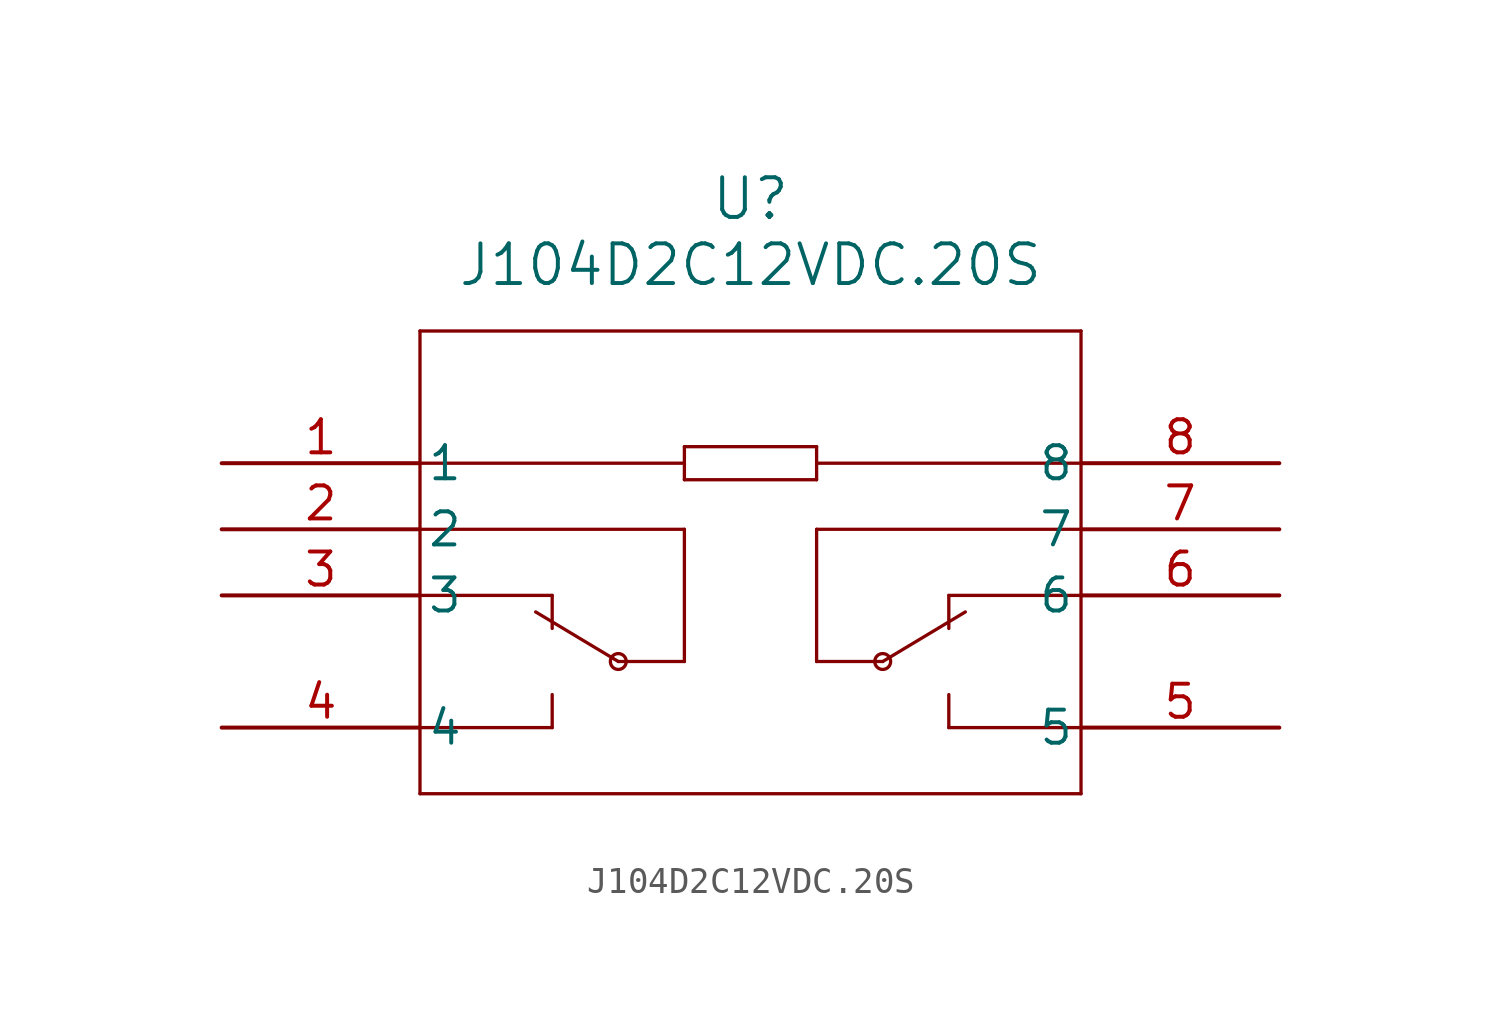
<source format=kicad_sym>
(kicad_symbol_lib
  (version 20220914)
  (generator kicad_symbol_editor)
  (symbol "J104D2C12VDC.20S"
    (pin_names
      (offset 0.254))
    (property "Reference" "U"
      (at 20.32 10.16 0)
      (effects (font (size 1.524 1.524))))
    (property "Value" "J104D2C12VDC.20S"
      (at 20.32 7.62 0)
      (effects (font (size 1.524 1.524))))
    (symbol "J104D2C12VDC.20S_0_1"
      (polyline (pts (xy 7.62 -12.7) (xy 33.02 -12.7)) (stroke (width 0.127) (type default)) (fill (type none)))
      (polyline (pts (xy 7.62 -10.16) (xy 12.7 -10.16)) (stroke (width 0.127) (type default)) (fill (type none)))
      (polyline (pts (xy 7.62 -5.08) (xy 12.7 -5.08)) (stroke (width 0.127) (type default)) (fill (type none)))
      (polyline (pts (xy 7.62 -2.54) (xy 17.78 -2.54)) (stroke (width 0.127) (type default)) (fill (type none)))
      (polyline (pts (xy 7.62 0) (xy 17.78 0)) (stroke (width 0.127) (type default)) (fill (type none)))
      (polyline (pts (xy 7.62 5.08) (xy 7.62 -12.7)) (stroke (width 0.127) (type default)) (fill (type none)))
      (polyline (pts (xy 12.7 -8.89) (xy 12.7 -10.16)) (stroke (width 0.127) (type default)) (fill (type none)))
      (polyline (pts (xy 12.7 -5.08) (xy 12.7 -6.35)) (stroke (width 0.127) (type default)) (fill (type none)))
      (polyline (pts (xy 15.24 -7.62) (xy 12.065 -5.715)) (stroke (width 0.127) (type default)) (fill (type none)))
      (polyline (pts (xy 17.78 -7.62) (xy 15.24 -7.62)) (stroke (width 0.127) (type default)) (fill (type none)))
      (polyline (pts (xy 17.78 -2.54) (xy 17.78 -7.62)) (stroke (width 0.127) (type default)) (fill (type none)))
      (polyline (pts (xy 17.78 0.635) (xy 17.78 -0.635)) (stroke (width 0.127) (type default)) (fill (type none)))
      (polyline (pts (xy 17.78 0.635) (xy 22.86 0.635)) (stroke (width 0.127) (type default)) (fill (type none)))
      (polyline (pts (xy 22.86 -7.62) (xy 25.4 -7.62)) (stroke (width 0.127) (type default)) (fill (type none)))
      (polyline (pts (xy 22.86 -2.54) (xy 22.86 -7.62)) (stroke (width 0.127) (type default)) (fill (type none)))
      (polyline (pts (xy 22.86 -0.635) (xy 17.78 -0.635)) (stroke (width 0.127) (type default)) (fill (type none)))
      (polyline (pts (xy 22.86 0) (xy 33.02 0)) (stroke (width 0.127) (type default)) (fill (type none)))
      (polyline (pts (xy 22.86 0.635) (xy 22.86 -0.635)) (stroke (width 0.127) (type default)) (fill (type none)))
      (polyline (pts (xy 25.4 -7.62) (xy 28.575 -5.715)) (stroke (width 0.127) (type default)) (fill (type none)))
      (polyline (pts (xy 27.94 -10.16) (xy 33.02 -10.16)) (stroke (width 0.127) (type default)) (fill (type none)))
      (polyline (pts (xy 27.94 -8.89) (xy 27.94 -10.16)) (stroke (width 0.127) (type default)) (fill (type none)))
      (polyline (pts (xy 27.94 -5.08) (xy 27.94 -6.35)) (stroke (width 0.127) (type default)) (fill (type none)))
      (polyline (pts (xy 33.02 -12.7) (xy 33.02 5.08)) (stroke (width 0.127) (type default)) (fill (type none)))
      (polyline (pts (xy 33.02 -5.08) (xy 27.94 -5.08)) (stroke (width 0.127) (type default)) (fill (type none)))
      (polyline (pts (xy 33.02 -2.54) (xy 22.86 -2.54)) (stroke (width 0.127) (type default)) (fill (type none)))
      (polyline (pts (xy 33.02 5.08) (xy 7.62 5.08)) (stroke (width 0.127) (type default)) (fill (type none)))
      (circle (center 15.24 -7.62) (radius 0.305) (stroke (width 0.127) (type default)) (fill (type none)))
      (circle (center 25.4 -7.62) (radius 0.305) (stroke (width 0.127) (type default)) (fill (type none)))
      (pin unspecified line (at 0 0 0) (length 7.62) (name "1" (effects (font (size 1.27 1.27)))) (number "1" (effects (font (size 1.27 1.27)))))
      (pin unspecified line (at 0 -2.54 0) (length 7.62) (name "2" (effects (font (size 1.27 1.27)))) (number "2" (effects (font (size 1.27 1.27)))))
      (pin unspecified line (at 0 -5.08 0) (length 7.62) (name "3" (effects (font (size 1.27 1.27)))) (number "3" (effects (font (size 1.27 1.27)))))
      (pin unspecified line (at 0 -10.16 0) (length 7.62) (name "4" (effects (font (size 1.27 1.27)))) (number "4" (effects (font (size 1.27 1.27)))))
      (pin unspecified line (at 40.64 -10.16 180) (length 7.62) (name "5" (effects (font (size 1.27 1.27)))) (number "5" (effects (font (size 1.27 1.27)))))
      (pin unspecified line (at 40.64 -5.08 180) (length 7.62) (name "6" (effects (font (size 1.27 1.27)))) (number "6" (effects (font (size 1.27 1.27)))))
      (pin unspecified line (at 40.64 -2.54 180) (length 7.62) (name "7" (effects (font (size 1.27 1.27)))) (number "7" (effects (font (size 1.27 1.27)))))
      (pin unspecified line (at 40.64 0 180) (length 7.62) (name "8" (effects (font (size 1.27 1.27)))) (number "8" (effects (font (size 1.27 1.27))))))))
</source>
